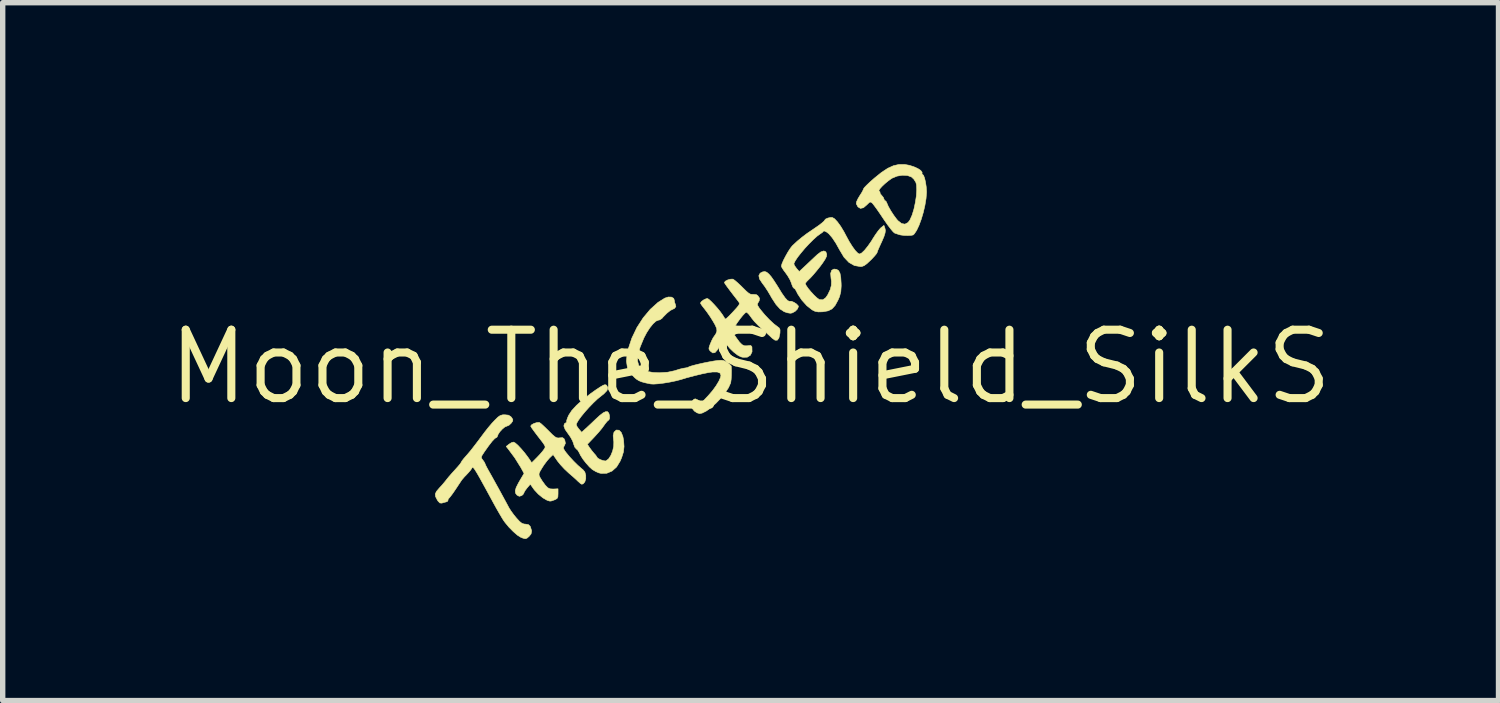
<source format=kicad_pcb>
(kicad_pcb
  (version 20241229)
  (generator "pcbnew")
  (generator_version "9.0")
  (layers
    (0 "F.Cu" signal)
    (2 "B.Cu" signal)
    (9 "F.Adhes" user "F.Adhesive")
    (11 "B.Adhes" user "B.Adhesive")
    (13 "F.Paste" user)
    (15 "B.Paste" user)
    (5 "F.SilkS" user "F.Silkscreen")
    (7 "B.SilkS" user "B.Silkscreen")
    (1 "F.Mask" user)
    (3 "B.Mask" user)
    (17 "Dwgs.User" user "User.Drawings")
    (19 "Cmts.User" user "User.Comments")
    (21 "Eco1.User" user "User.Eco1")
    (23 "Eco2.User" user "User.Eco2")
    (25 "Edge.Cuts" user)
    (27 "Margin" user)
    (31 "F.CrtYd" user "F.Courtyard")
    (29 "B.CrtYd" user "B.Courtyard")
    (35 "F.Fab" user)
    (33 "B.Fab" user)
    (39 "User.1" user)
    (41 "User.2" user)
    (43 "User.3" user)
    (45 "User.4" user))
  (footprint "Moon_The_Shield_SilkS"
    (layer "F.Cu")
    (at 10.893 3.765)
    (property "Reference" "Moon_The_Shield_SilkS" (at 0 0 0) (layer "F.SilkS") (effects (font (size 1.27 1.27) (thickness 0.15))))
    (attr through_hole)
    (fp_poly (pts (xy 0.3 -1.758) (xy 0.341 -1.723) (xy 0.381 -1.677) (xy 0.431 -1.606) (xy 0.484 -1.524) (xy 0.502 -1.496) (xy 0.579 -1.37) (xy 0.641 -1.282) (xy 0.688 -1.231) (xy 0.72 -1.218) (xy 0.723 -1.219) (xy 0.757 -1.219) (xy 0.806 -1.199) (xy 0.853 -1.168) (xy 0.884 -1.135) (xy 0.889 -1.121) (xy 0.871 -1.076) (xy 0.828 -1.032) (xy 0.773 -1.002) (xy 0.739 -0.996) (xy 0.682 -1.005) (xy 0.624 -1.025) (xy 0.549 -1.074) (xy 0.473 -1.158) (xy 0.394 -1.279) (xy 0.366 -1.329) (xy 0.316 -1.413) (xy 0.262 -1.495) (xy 0.217 -1.555) (xy 0.166 -1.632) (xy 0.153 -1.694) (xy 0.177 -1.74) (xy 0.219 -1.763) (xy 0.263 -1.771) (xy 0.3 -1.758)) (stroke (width 0.01) (type solid)) (fill yes) (layer "F.SilkS"))
    (fp_poly (pts (xy 2.863 -3.76) (xy 2.95 -3.744) (xy 3.034 -3.717) (xy 3.107 -3.684) (xy 3.16 -3.649) (xy 3.186 -3.615) (xy 3.184 -3.596) (xy 3.187 -3.578) (xy 3.192 -3.577) (xy 3.212 -3.558) (xy 3.232 -3.506) (xy 3.249 -3.433) (xy 3.262 -3.347) (xy 3.268 -3.261) (xy 3.268 -3.239) (xy 3.259 -3.125) (xy 3.238 -2.999) (xy 3.208 -2.869) (xy 3.17 -2.742) (xy 3.128 -2.628) (xy 3.084 -2.535) (xy 3.041 -2.471) (xy 3.02 -2.451) (xy 2.983 -2.443) (xy 2.921 -2.44) (xy 2.85 -2.442) (xy 2.787 -2.45) (xy 2.762 -2.456) (xy 2.705 -2.475) (xy 2.676 -2.485) (xy 2.649 -2.508) (xy 2.605 -2.56) (xy 2.549 -2.633) (xy 2.487 -2.722) (xy 2.466 -2.753) (xy 2.403 -2.847) (xy 2.345 -2.931) (xy 2.297 -2.996) (xy 2.266 -3.036) (xy 2.26 -3.042) (xy 2.234 -3.061) (xy 2.21 -3.059) (xy 2.178 -3.029) (xy 2.159 -3.01) (xy 2.096 -2.956) (xy 2.04 -2.944) (xy 1.994 -2.972) (xy 1.963 -3.03) (xy 1.968 -3.067) (xy 1.995 -3.125) (xy 2.023 -3.172) (xy 2.062 -3.233) (xy 2.085 -3.275) (xy 2.383 -3.275) (xy 2.387 -3.265) (xy 2.405 -3.247) (xy 2.403 -3.24) (xy 2.409 -3.215) (xy 2.435 -3.185) (xy 2.466 -3.147) (xy 2.477 -3.119) (xy 2.488 -3.093) (xy 2.496 -3.09) (xy 2.517 -3.073) (xy 2.531 -3.044) (xy 2.558 -2.981) (xy 2.604 -2.9) (xy 2.659 -2.816) (xy 2.714 -2.742) (xy 2.737 -2.716) (xy 2.804 -2.663) (xy 2.867 -2.651) (xy 2.924 -2.681) (xy 2.961 -2.731) (xy 3 -2.819) (xy 3.034 -2.93) (xy 3.06 -3.052) (xy 3.079 -3.175) (xy 3.086 -3.288) (xy 3.082 -3.38) (xy 3.07 -3.427) (xy 3.033 -3.486) (xy 2.988 -3.528) (xy 2.913 -3.555) (xy 2.818 -3.56) (xy 2.719 -3.543) (xy 2.628 -3.505) (xy 2.621 -3.501) (xy 2.558 -3.456) (xy 2.495 -3.404) (xy 2.44 -3.352) (xy 2.4 -3.307) (xy 2.383 -3.275) (xy 2.085 -3.275) (xy 2.089 -3.283) (xy 2.097 -3.306) (xy 2.113 -3.33) (xy 2.155 -3.374) (xy 2.217 -3.433) (xy 2.293 -3.5) (xy 2.296 -3.503) (xy 2.431 -3.612) (xy 2.548 -3.689) (xy 2.654 -3.737) (xy 2.755 -3.76) (xy 2.859 -3.76) (xy 2.863 -3.76)) (stroke (width 0.01) (type solid)) (fill yes) (layer "F.SilkS"))
    (fp_poly (pts (xy -2.684 0.336) (xy -2.673 0.345) (xy -2.652 0.388) (xy -2.668 0.44) (xy -2.725 0.5) (xy -2.777 0.541) (xy -2.845 0.596) (xy -2.922 0.669) (xy -3.002 0.752) (xy -3.079 0.838) (xy -3.147 0.921) (xy -3.2 0.994) (xy -3.232 1.049) (xy -3.238 1.073) (xy -3.226 1.105) (xy -3.194 1.15) (xy -3.188 1.157) (xy -3.138 1.215) (xy -3.07 1.153) (xy -3.019 1.106) (xy -2.952 1.043) (xy -2.884 0.978) (xy -2.801 0.902) (xy -2.739 0.854) (xy -2.693 0.832) (xy -2.659 0.832) (xy -2.657 0.833) (xy -2.634 0.859) (xy -2.621 0.905) (xy -2.619 0.953) (xy -2.632 0.985) (xy -2.637 0.988) (xy -2.663 1.01) (xy -2.701 1.056) (xy -2.722 1.086) (xy -2.765 1.145) (xy -2.826 1.218) (xy -2.894 1.293) (xy -2.906 1.306) (xy -3.032 1.438) (xy -2.994 1.497) (xy -2.95 1.556) (xy -2.907 1.608) (xy -2.873 1.647) (xy -2.858 1.671) (xy -2.857 1.673) (xy -2.839 1.696) (xy -2.796 1.721) (xy -2.744 1.74) (xy -2.699 1.748) (xy -2.688 1.746) (xy -2.64 1.712) (xy -2.597 1.647) (xy -2.563 1.564) (xy -2.543 1.475) (xy -2.541 1.391) (xy -2.544 1.37) (xy -2.553 1.279) (xy -2.537 1.212) (xy -2.497 1.175) (xy -2.492 1.173) (xy -2.443 1.177) (xy -2.402 1.219) (xy -2.372 1.296) (xy -2.359 1.367) (xy -2.351 1.48) (xy -2.362 1.58) (xy -2.395 1.685) (xy -2.423 1.751) (xy -2.489 1.859) (xy -2.574 1.935) (xy -2.671 1.976) (xy -2.776 1.979) (xy -2.82 1.969) (xy -2.877 1.944) (xy -2.938 1.908) (xy -2.942 1.905) (xy -2.994 1.858) (xy -3.055 1.79) (xy -3.114 1.714) (xy -3.16 1.642) (xy -3.184 1.592) (xy -3.212 1.546) (xy -3.237 1.525) (xy -3.266 1.491) (xy -3.286 1.437) (xy -3.287 1.431) (xy -3.307 1.375) (xy -3.345 1.305) (xy -3.385 1.248) (xy -3.445 1.162) (xy -3.469 1.098) (xy -3.459 1.057) (xy -3.44 1.045) (xy -3.417 1.026) (xy -3.418 1.017) (xy -3.415 0.99) (xy -3.397 0.939) (xy -3.377 0.895) (xy -3.321 0.81) (xy -3.231 0.712) (xy -3.111 0.605) (xy -2.966 0.492) (xy -2.864 0.42) (xy -2.787 0.37) (xy -2.737 0.341) (xy -2.705 0.331) (xy -2.684 0.336)) (stroke (width 0.01) (type solid)) (fill yes) (layer "F.SilkS"))
    (fp_poly (pts (xy -1.47 -1.296) (xy -1.429 -1.273) (xy -1.418 -1.241) (xy -1.409 -1.19) (xy -1.399 -1.166) (xy -1.388 -1.12) (xy -1.416 -1.084) (xy -1.446 -1.071) (xy -1.495 -1.046) (xy -1.558 -0.994) (xy -1.626 -0.925) (xy -1.647 -0.9) (xy -1.688 -0.873) (xy -1.713 -0.868) (xy -1.757 -0.85) (xy -1.812 -0.8) (xy -1.872 -0.726) (xy -1.931 -0.635) (xy -1.982 -0.538) (xy -2.052 -0.369) (xy -2.092 -0.228) (xy -2.101 -0.114) (xy -2.078 -0.026) (xy -2.023 0.039) (xy -1.935 0.082) (xy -1.812 0.104) (xy -1.695 0.109) (xy -1.539 0.099) (xy -1.409 0.071) (xy -1.388 0.064) (xy -1.314 0.041) (xy -1.251 0.026) (xy -1.218 0.021) (xy -1.172 0.013) (xy -1.153 0.003) (xy -1.123 -0.01) (xy -1.061 -0.028) (xy -0.977 -0.049) (xy -0.88 -0.071) (xy -0.78 -0.091) (xy -0.687 -0.108) (xy -0.618 -0.118) (xy -0.545 -0.123) (xy -0.493 -0.115) (xy -0.444 -0.089) (xy -0.433 -0.081) (xy -0.387 -0.046) (xy -0.361 -0.017) (xy -0.359 -0.011) (xy -0.356 0.067) (xy -0.357 0.153) (xy -0.361 0.232) (xy -0.369 0.289) (xy -0.371 0.299) (xy -0.41 0.386) (xy -0.473 0.482) (xy -0.552 0.58) (xy -0.641 0.673) (xy -0.733 0.755) (xy -0.821 0.819) (xy -0.899 0.858) (xy -0.946 0.868) (xy -0.994 0.854) (xy -1.044 0.821) (xy -1.045 0.82) (xy -1.098 0.755) (xy -1.11 0.693) (xy -1.081 0.633) (xy -1.081 0.633) (xy -1.052 0.601) (xy -1.026 0.594) (xy -0.988 0.611) (xy -0.971 0.62) (xy -0.903 0.658) (xy -0.789 0.537) (xy -0.71 0.446) (xy -0.642 0.353) (xy -0.589 0.265) (xy -0.557 0.192) (xy -0.551 0.156) (xy -0.568 0.115) (xy -0.619 0.095) (xy -0.707 0.095) (xy -0.79 0.107) (xy -0.907 0.131) (xy -1.047 0.165) (xy -1.19 0.203) (xy -1.291 0.234) (xy -1.386 0.259) (xy -1.496 0.282) (xy -1.61 0.301) (xy -1.715 0.314) (xy -1.802 0.32) (xy -1.857 0.317) (xy -1.957 0.296) (xy -2.026 0.277) (xy -2.076 0.256) (xy -2.119 0.229) (xy -2.155 0.199) (xy -2.239 0.11) (xy -2.289 0.01) (xy -2.306 -0.107) (xy -2.293 -0.246) (xy -2.274 -0.329) (xy -2.206 -0.534) (xy -2.112 -0.73) (xy -1.996 -0.91) (xy -1.864 -1.068) (xy -1.721 -1.197) (xy -1.594 -1.277) (xy -1.529 -1.298) (xy -1.47 -1.296)) (stroke (width 0.01) (type solid)) (fill yes) (layer "F.SilkS"))
    (fp_poly (pts (xy -3.919 1.036) (xy -3.889 1.058) (xy -3.839 1.104) (xy -3.777 1.164) (xy -3.749 1.192) (xy -3.683 1.258) (xy -3.637 1.297) (xy -3.602 1.317) (xy -3.57 1.321) (xy -3.543 1.318) (xy -3.493 1.315) (xy -3.466 1.333) (xy -3.451 1.364) (xy -3.44 1.42) (xy -3.46 1.465) (xy -3.476 1.495) (xy -3.473 1.523) (xy -3.449 1.563) (xy -3.424 1.596) (xy -3.362 1.671) (xy -3.287 1.752) (xy -3.21 1.828) (xy -3.142 1.888) (xy -3.115 1.909) (xy -3.079 1.953) (xy -3.062 2.014) (xy -3.062 2.079) (xy -3.079 2.136) (xy -3.111 2.173) (xy -3.137 2.18) (xy -3.161 2.166) (xy -3.198 2.133) (xy -3.201 2.131) (xy -3.24 2.093) (xy -3.3 2.039) (xy -3.369 1.98) (xy -3.38 1.97) (xy -3.457 1.898) (xy -3.532 1.817) (xy -3.59 1.745) (xy -3.591 1.743) (xy -3.669 1.629) (xy -3.735 1.692) (xy -3.782 1.746) (xy -3.836 1.818) (xy -3.873 1.875) (xy -3.911 1.939) (xy -3.929 1.98) (xy -3.93 2.011) (xy -3.917 2.044) (xy -3.908 2.06) (xy -3.87 2.121) (xy -3.822 2.187) (xy -3.812 2.2) (xy -3.767 2.246) (xy -3.724 2.266) (xy -3.665 2.269) (xy -3.577 2.265) (xy -3.577 2.356) (xy -3.58 2.415) (xy -3.596 2.446) (xy -3.633 2.467) (xy -3.647 2.472) (xy -3.697 2.49) (xy -3.727 2.494) (xy -3.757 2.486) (xy -3.784 2.476) (xy -3.86 2.432) (xy -3.943 2.364) (xy -4.016 2.286) (xy -4.036 2.259) (xy -4.092 2.179) (xy -4.151 2.248) (xy -4.188 2.297) (xy -4.209 2.335) (xy -4.211 2.343) (xy -4.229 2.373) (xy -4.256 2.393) (xy -4.298 2.404) (xy -4.336 2.384) (xy -4.342 2.379) (xy -4.367 2.345) (xy -4.372 2.302) (xy -4.355 2.242) (xy -4.314 2.16) (xy -4.283 2.106) (xy -4.208 1.979) (xy -4.266 1.873) (xy -4.38 1.69) (xy -4.493 1.538) (xy -4.54 1.478) (xy -4.49 1.438) (xy -4.443 1.408) (xy -4.404 1.397) (xy -4.373 1.413) (xy -4.323 1.456) (xy -4.263 1.52) (xy -4.198 1.596) (xy -4.137 1.677) (xy -4.119 1.702) (xy -4.066 1.781) (xy -3.972 1.687) (xy -3.915 1.627) (xy -3.866 1.57) (xy -3.842 1.538) (xy -3.826 1.514) (xy -3.817 1.495) (xy -3.819 1.474) (xy -3.834 1.445) (xy -3.865 1.4) (xy -3.916 1.334) (xy -3.974 1.259) (xy -4.024 1.192) (xy -4.063 1.138) (xy -4.083 1.104) (xy -4.085 1.099) (xy -4.067 1.075) (xy -4.024 1.051) (xy -3.972 1.035) (xy -3.928 1.032) (xy -3.919 1.036)) (stroke (width 0.01) (type solid)) (fill yes) (layer "F.SilkS"))
    (fp_poly (pts (xy -4.498 0.897) (xy -4.455 0.923) (xy -4.44 0.94) (xy -4.417 0.977) (xy -4.419 1.006) (xy -4.447 1.046) (xy -4.488 1.084) (xy -4.528 1.101) (xy -4.529 1.101) (xy -4.566 1.117) (xy -4.613 1.156) (xy -4.659 1.206) (xy -4.691 1.255) (xy -4.699 1.281) (xy -4.714 1.309) (xy -4.725 1.313) (xy -4.754 1.332) (xy -4.802 1.383) (xy -4.866 1.466) (xy -4.944 1.576) (xy -4.957 1.596) (xy -4.99 1.647) (xy -5.002 1.678) (xy -4.993 1.705) (xy -4.973 1.732) (xy -4.944 1.773) (xy -4.932 1.8) (xy -4.932 1.8) (xy -4.922 1.825) (xy -4.896 1.876) (xy -4.859 1.943) (xy -4.854 1.951) (xy -4.81 2.029) (xy -4.751 2.136) (xy -4.681 2.262) (xy -4.607 2.398) (xy -4.532 2.536) (xy -4.485 2.624) (xy -4.45 2.678) (xy -4.399 2.748) (xy -4.349 2.809) (xy -4.292 2.871) (xy -4.249 2.905) (xy -4.209 2.919) (xy -4.183 2.921) (xy -4.127 2.93) (xy -4.094 2.963) (xy -4.089 2.975) (xy -4.067 3.047) (xy -4.078 3.103) (xy -4.115 3.149) (xy -4.154 3.182) (xy -4.186 3.192) (xy -4.228 3.182) (xy -4.27 3.165) (xy -4.332 3.126) (xy -4.407 3.061) (xy -4.487 2.98) (xy -4.56 2.892) (xy -4.591 2.849) (xy -4.622 2.799) (xy -4.668 2.721) (xy -4.723 2.625) (xy -4.782 2.518) (xy -4.804 2.477) (xy -4.898 2.304) (xy -4.974 2.166) (xy -5.033 2.059) (xy -5.079 1.979) (xy -5.113 1.923) (xy -5.138 1.887) (xy -5.155 1.87) (xy -5.166 1.866) (xy -5.175 1.874) (xy -5.179 1.884) (xy -5.201 1.917) (xy -5.242 1.965) (xy -5.268 1.993) (xy -5.317 2.044) (xy -5.354 2.087) (xy -5.366 2.102) (xy -5.387 2.133) (xy -5.424 2.189) (xy -5.471 2.26) (xy -5.485 2.281) (xy -5.533 2.351) (xy -5.575 2.407) (xy -5.603 2.44) (xy -5.607 2.444) (xy -5.622 2.468) (xy -5.62 2.476) (xy -5.628 2.496) (xy -5.651 2.507) (xy -5.709 2.523) (xy -5.736 2.531) (xy -5.772 2.528) (xy -5.806 2.494) (xy -5.82 2.472) (xy -5.852 2.41) (xy -5.858 2.362) (xy -5.835 2.313) (xy -5.784 2.253) (xy -5.725 2.188) (xy -5.669 2.121) (xy -5.649 2.095) (xy -5.606 2.042) (xy -5.546 1.973) (xy -5.485 1.906) (xy -5.433 1.848) (xy -5.394 1.801) (xy -5.377 1.775) (xy -5.376 1.773) (xy -5.363 1.749) (xy -5.329 1.705) (xy -5.295 1.666) (xy -5.252 1.617) (xy -5.203 1.559) (xy -5.146 1.486) (xy -5.074 1.392) (xy -4.985 1.273) (xy -4.938 1.21) (xy -4.874 1.129) (xy -4.801 1.043) (xy -4.751 0.99) (xy -4.694 0.934) (xy -4.651 0.904) (xy -4.607 0.891) (xy -4.565 0.89) (xy -4.498 0.897)) (stroke (width 0.01) (type solid)) (fill yes) (layer "F.SilkS"))
    (fp_poly (pts (xy -0.326 -1.629) (xy -0.294 -1.607) (xy -0.242 -1.563) (xy -0.179 -1.504) (xy -0.15 -1.475) (xy -0.082 -1.408) (xy -0.035 -1.368) (xy 0.001 -1.349) (xy 0.032 -1.346) (xy 0.042 -1.347) (xy 0.106 -1.342) (xy 0.134 -1.323) (xy 0.166 -1.275) (xy 0.159 -1.226) (xy 0.141 -1.196) (xy 0.127 -1.17) (xy 0.131 -1.141) (xy 0.157 -1.098) (xy 0.185 -1.061) (xy 0.263 -0.967) (xy 0.349 -0.876) (xy 0.433 -0.798) (xy 0.495 -0.751) (xy 0.532 -0.722) (xy 0.547 -0.689) (xy 0.546 -0.636) (xy 0.544 -0.618) (xy 0.526 -0.537) (xy 0.496 -0.496) (xy 0.453 -0.496) (xy 0.398 -0.535) (xy 0.398 -0.536) (xy 0.359 -0.573) (xy 0.299 -0.627) (xy 0.23 -0.688) (xy 0.212 -0.704) (xy 0.138 -0.773) (xy 0.068 -0.846) (xy 0.017 -0.91) (xy 0.011 -0.919) (xy -0.029 -0.973) (xy -0.064 -1.008) (xy -0.079 -1.016) (xy -0.104 -0.999) (xy -0.145 -0.956) (xy -0.195 -0.894) (xy -0.247 -0.822) (xy -0.295 -0.749) (xy -0.308 -0.726) (xy -0.347 -0.658) (xy -0.265 -0.54) (xy -0.206 -0.46) (xy -0.158 -0.412) (xy -0.112 -0.391) (xy -0.059 -0.392) (xy -0.046 -0.394) (xy 0.001 -0.398) (xy 0.021 -0.38) (xy 0.025 -0.367) (xy 0.027 -0.28) (xy -0.004 -0.216) (xy -0.062 -0.18) (xy -0.143 -0.178) (xy -0.181 -0.187) (xy -0.241 -0.219) (xy -0.314 -0.275) (xy -0.385 -0.343) (xy -0.439 -0.409) (xy -0.474 -0.457) (xy -0.495 -0.474) (xy -0.512 -0.465) (xy -0.522 -0.452) (xy -0.551 -0.411) (xy -0.566 -0.392) (xy -0.588 -0.36) (xy -0.62 -0.313) (xy -0.62 -0.312) (xy -0.662 -0.265) (xy -0.703 -0.259) (xy -0.749 -0.294) (xy -0.749 -0.294) (xy -0.77 -0.321) (xy -0.774 -0.349) (xy -0.761 -0.394) (xy -0.749 -0.426) (xy -0.722 -0.489) (xy -0.697 -0.538) (xy -0.689 -0.55) (xy -0.646 -0.612) (xy -0.626 -0.663) (xy -0.63 -0.714) (xy -0.658 -0.778) (xy -0.695 -0.843) (xy -0.748 -0.928) (xy -0.805 -1.011) (xy -0.855 -1.077) (xy -0.856 -1.078) (xy -0.898 -1.131) (xy -0.925 -1.171) (xy -0.931 -1.186) (xy -0.914 -1.213) (xy -0.874 -1.243) (xy -0.828 -1.265) (xy -0.802 -1.27) (xy -0.776 -1.255) (xy -0.731 -1.214) (xy -0.675 -1.156) (xy -0.616 -1.09) (xy -0.562 -1.023) (xy -0.52 -0.965) (xy -0.499 -0.931) (xy -0.478 -0.897) (xy -0.464 -0.889) (xy -0.444 -0.904) (xy -0.402 -0.943) (xy -0.348 -0.999) (xy -0.32 -1.029) (xy -0.259 -1.096) (xy -0.223 -1.14) (xy -0.208 -1.169) (xy -0.211 -1.191) (xy -0.226 -1.214) (xy -0.228 -1.217) (xy -0.322 -1.338) (xy -0.392 -1.43) (xy -0.441 -1.496) (xy -0.471 -1.539) (xy -0.485 -1.562) (xy -0.487 -1.568) (xy -0.469 -1.592) (xy -0.425 -1.615) (xy -0.374 -1.629) (xy -0.33 -1.63) (xy -0.326 -1.629)) (stroke (width 0.01) (type solid)) (fill yes) (layer "F.SilkS"))
    (fp_poly (pts (xy 1.518 -2.775) (xy 1.56 -2.751) (xy 1.613 -2.694) (xy 1.674 -2.61) (xy 1.736 -2.507) (xy 1.77 -2.442) (xy 1.83 -2.331) (xy 1.89 -2.235) (xy 1.945 -2.16) (xy 1.992 -2.112) (xy 2.024 -2.096) (xy 2.063 -2.115) (xy 2.117 -2.166) (xy 2.179 -2.243) (xy 2.246 -2.339) (xy 2.266 -2.373) (xy 2.318 -2.454) (xy 2.368 -2.524) (xy 2.41 -2.574) (xy 2.422 -2.585) (xy 2.477 -2.628) (xy 2.495 -2.579) (xy 2.504 -2.537) (xy 2.498 -2.487) (xy 2.477 -2.42) (xy 2.438 -2.329) (xy 2.415 -2.28) (xy 2.383 -2.209) (xy 2.359 -2.153) (xy 2.35 -2.123) (xy 2.349 -2.122) (xy 2.335 -2.098) (xy 2.298 -2.054) (xy 2.245 -1.997) (xy 2.229 -1.982) (xy 2.161 -1.918) (xy 2.11 -1.881) (xy 2.067 -1.865) (xy 2.041 -1.863) (xy 1.929 -1.882) (xy 1.827 -1.94) (xy 1.735 -2.037) (xy 1.653 -2.174) (xy 1.584 -2.298) (xy 1.516 -2.4) (xy 1.453 -2.473) (xy 1.413 -2.504) (xy 1.374 -2.523) (xy 1.355 -2.524) (xy 1.355 -2.522) (xy 1.338 -2.502) (xy 1.299 -2.474) (xy 1.295 -2.472) (xy 1.236 -2.429) (xy 1.165 -2.365) (xy 1.086 -2.286) (xy 1.007 -2.201) (xy 0.934 -2.114) (xy 0.871 -2.034) (xy 0.827 -1.967) (xy 0.805 -1.92) (xy 0.804 -1.912) (xy 0.817 -1.88) (xy 0.849 -1.835) (xy 0.854 -1.828) (xy 0.904 -1.771) (xy 1.029 -1.888) (xy 1.102 -1.957) (xy 1.175 -2.026) (xy 1.234 -2.081) (xy 1.237 -2.084) (xy 1.306 -2.136) (xy 1.361 -2.154) (xy 1.398 -2.137) (xy 1.414 -2.092) (xy 1.41 -2.053) (xy 1.385 -2.001) (xy 1.338 -1.929) (xy 1.293 -1.868) (xy 1.228 -1.787) (xy 1.164 -1.711) (xy 1.11 -1.652) (xy 1.09 -1.633) (xy 1.047 -1.59) (xy 1.02 -1.558) (xy 1.016 -1.549) (xy 1.03 -1.514) (xy 1.067 -1.46) (xy 1.119 -1.397) (xy 1.176 -1.335) (xy 1.231 -1.283) (xy 1.274 -1.252) (xy 1.281 -1.249) (xy 1.341 -1.246) (xy 1.396 -1.285) (xy 1.433 -1.339) (xy 1.479 -1.435) (xy 1.5 -1.514) (xy 1.502 -1.593) (xy 1.494 -1.647) (xy 1.487 -1.737) (xy 1.506 -1.794) (xy 1.549 -1.817) (xy 1.595 -1.812) (xy 1.633 -1.79) (xy 1.66 -1.741) (xy 1.675 -1.662) (xy 1.682 -1.548) (xy 1.683 -1.503) (xy 1.676 -1.399) (xy 1.653 -1.307) (xy 1.623 -1.238) (xy 1.57 -1.141) (xy 1.512 -1.077) (xy 1.44 -1.041) (xy 1.344 -1.024) (xy 1.337 -1.023) (xy 1.256 -1.021) (xy 1.197 -1.032) (xy 1.143 -1.059) (xy 1.044 -1.137) (xy 0.951 -1.241) (xy 0.875 -1.355) (xy 0.852 -1.402) (xy 0.828 -1.444) (xy 0.806 -1.46) (xy 0.788 -1.479) (xy 0.768 -1.525) (xy 0.761 -1.548) (xy 0.735 -1.613) (xy 0.691 -1.689) (xy 0.655 -1.74) (xy 0.611 -1.799) (xy 0.581 -1.847) (xy 0.572 -1.872) (xy 0.582 -1.913) (xy 0.61 -1.979) (xy 0.65 -2.056) (xy 0.694 -2.134) (xy 0.738 -2.202) (xy 0.773 -2.247) (xy 0.775 -2.249) (xy 0.866 -2.334) (xy 0.953 -2.406) (xy 1.048 -2.478) (xy 1.166 -2.558) (xy 1.18 -2.568) (xy 1.259 -2.622) (xy 1.323 -2.671) (xy 1.364 -2.707) (xy 1.376 -2.725) (xy 1.394 -2.746) (xy 1.437 -2.765) (xy 1.487 -2.775) (xy 1.518 -2.775)) (stroke (width 0.01) (type solid)) (fill yes) (layer "F.SilkS")))
  (gr_rect
    (start -3 -3)
    (end 24.786 9.963)
    (stroke (width 0.1) (type default))
    (fill no)
    (layer "Edge.Cuts")))
</source>
